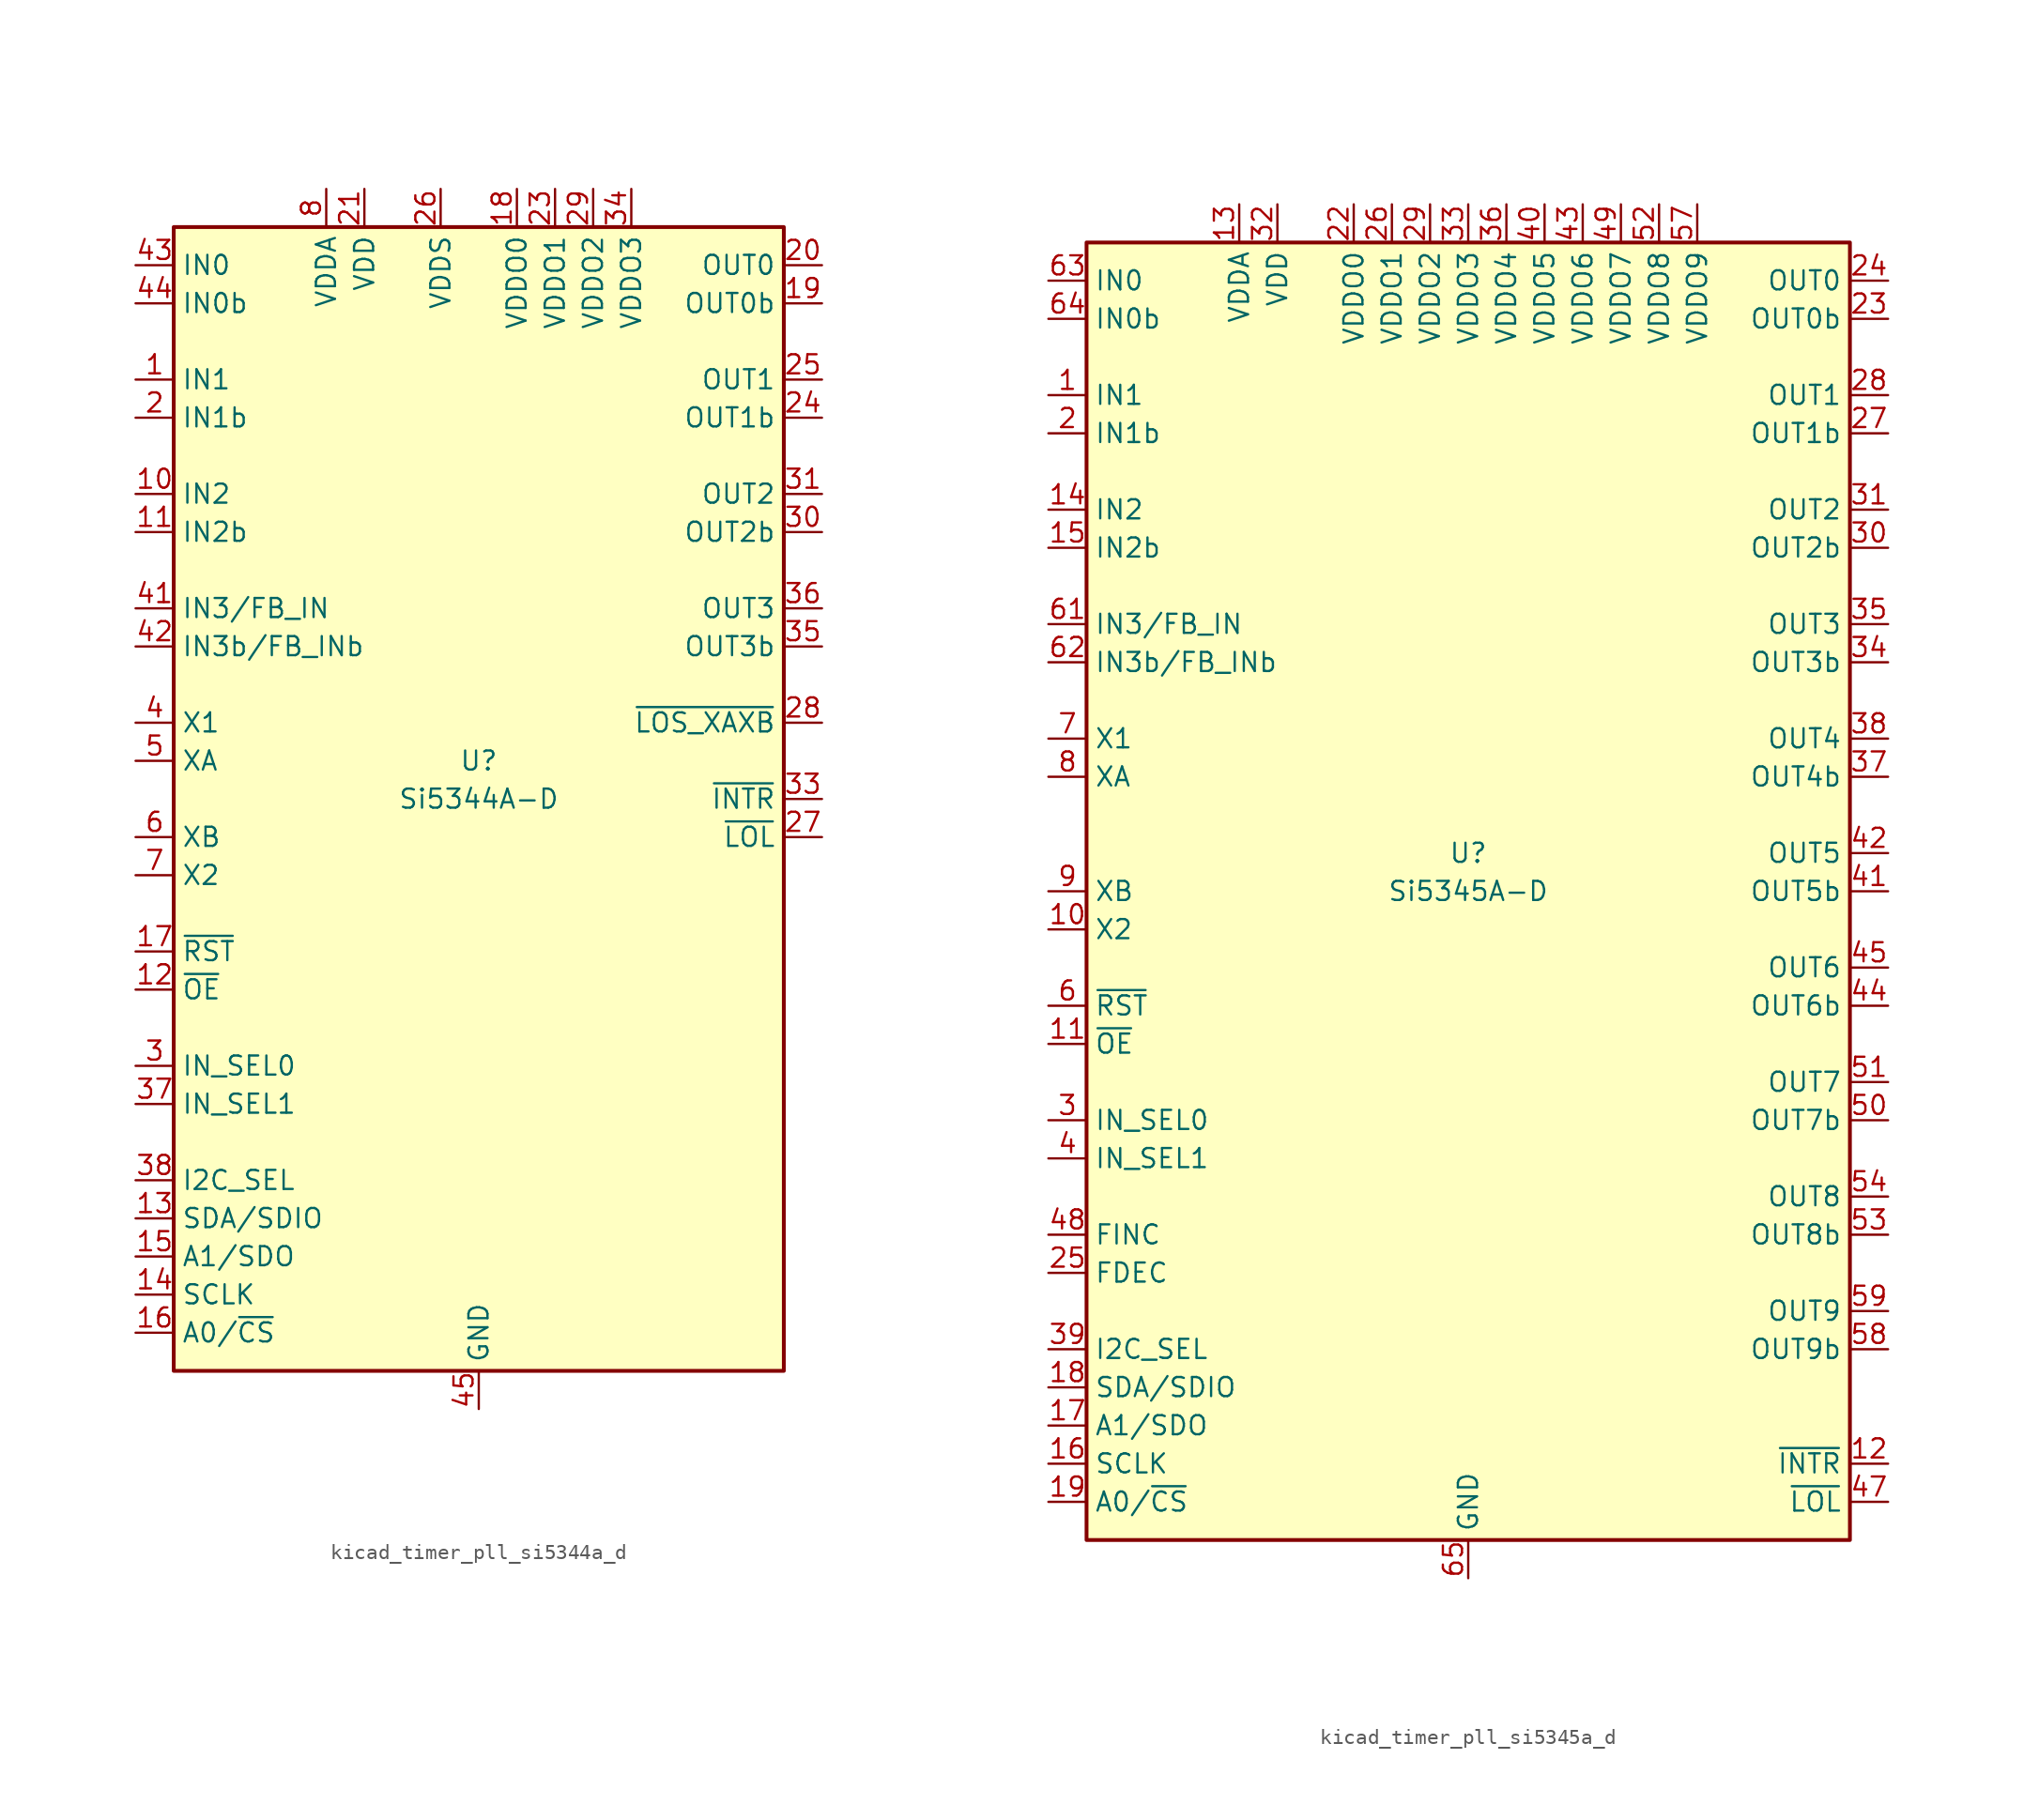
<source format=kicad_sym>
(kicad_symbol_lib
  (version 20220914)
  (generator kicad_symbol_editor)
  (symbol "kicad_timer_pll_si5344a_d"
    (property "Reference" "U"
      (at 0 2.54 0)
      (effects (font (size 1.27 1.27))))
    (property "Value" "Si5344A-D"
      (at 0 0 0)
      (effects (font (size 1.27 1.27))))
    (symbol "kicad_timer_pll_si5344a_d_0_1"
      (rectangle (start -20.32 38.1) (end 20.32 -38.1) (stroke (width 0.254) (type default)) (fill (type background))))
    (symbol "kicad_timer_pll_si5344a_d_1_1"
      (pin input line (at -22.86 27.94 0) (length 2.54) (name "IN1" (effects (font (size 1.27 1.27)))) (number "1" (effects (font (size 1.27 1.27)))))
      (pin input line (at -22.86 20.32 0) (length 2.54) (name "IN2" (effects (font (size 1.27 1.27)))) (number "10" (effects (font (size 1.27 1.27)))))
      (pin input line (at -22.86 17.78 0) (length 2.54) (name "IN2b" (effects (font (size 1.27 1.27)))) (number "11" (effects (font (size 1.27 1.27)))))
      (pin input line (at -22.86 -12.7 0) (length 2.54) (name "~{OE}" (effects (font (size 1.27 1.27)))) (number "12" (effects (font (size 1.27 1.27)))))
      (pin bidirectional line (at -22.86 -27.94 0) (length 2.54) (name "SDA/SDIO" (effects (font (size 1.27 1.27)))) (number "13" (effects (font (size 1.27 1.27)))))
      (pin input line (at -22.86 -33.02 0) (length 2.54) (name "SCLK" (effects (font (size 1.27 1.27)))) (number "14" (effects (font (size 1.27 1.27)))))
      (pin bidirectional line (at -22.86 -30.48 0) (length 2.54) (name "A1/SDO" (effects (font (size 1.27 1.27)))) (number "15" (effects (font (size 1.27 1.27)))))
      (pin input line (at -22.86 -35.56 0) (length 2.54) (name "A0/~{CS}" (effects (font (size 1.27 1.27)))) (number "16" (effects (font (size 1.27 1.27)))))
      (pin input line (at -22.86 -10.16 0) (length 2.54) (name "~{RST}" (effects (font (size 1.27 1.27)))) (number "17" (effects (font (size 1.27 1.27)))))
      (pin power_in line (at 2.54 40.64 270) (length 2.54) (name "VDDO0" (effects (font (size 1.27 1.27)))) (number "18" (effects (font (size 1.27 1.27)))))
      (pin output line (at 22.86 33.02 180) (length 2.54) (name "OUT0b" (effects (font (size 1.27 1.27)))) (number "19" (effects (font (size 1.27 1.27)))))
      (pin input line (at -22.86 25.4 0) (length 2.54) (name "IN1b" (effects (font (size 1.27 1.27)))) (number "2" (effects (font (size 1.27 1.27)))))
      (pin output line (at 22.86 35.56 180) (length 2.54) (name "OUT0" (effects (font (size 1.27 1.27)))) (number "20" (effects (font (size 1.27 1.27)))))
      (pin power_in line (at -7.62 40.64 270) (length 2.54) (name "VDD" (effects (font (size 1.27 1.27)))) (number "21" (effects (font (size 1.27 1.27)))))
      (pin no_connect line (at 20.32 -35.56 180) (length 2.54) hide (name "NC" (effects (font (size 1.27 1.27)))) (number "22" (effects (font (size 1.27 1.27)))))
      (pin power_in line (at 5.08 40.64 270) (length 2.54) (name "VDDO1" (effects (font (size 1.27 1.27)))) (number "23" (effects (font (size 1.27 1.27)))))
      (pin output line (at 22.86 25.4 180) (length 2.54) (name "OUT1b" (effects (font (size 1.27 1.27)))) (number "24" (effects (font (size 1.27 1.27)))))
      (pin output line (at 22.86 27.94 180) (length 2.54) (name "OUT1" (effects (font (size 1.27 1.27)))) (number "25" (effects (font (size 1.27 1.27)))))
      (pin power_in line (at -2.54 40.64 270) (length 2.54) (name "VDDS" (effects (font (size 1.27 1.27)))) (number "26" (effects (font (size 1.27 1.27)))))
      (pin output line (at 22.86 -2.54 180) (length 2.54) (name "~{LOL}" (effects (font (size 1.27 1.27)))) (number "27" (effects (font (size 1.27 1.27)))))
      (pin output line (at 22.86 5.08 180) (length 2.54) (name "~{LOS_XAXB}" (effects (font (size 1.27 1.27)))) (number "28" (effects (font (size 1.27 1.27)))))
      (pin power_in line (at 7.62 40.64 270) (length 2.54) (name "VDDO2" (effects (font (size 1.27 1.27)))) (number "29" (effects (font (size 1.27 1.27)))))
      (pin input line (at -22.86 -17.78 0) (length 2.54) (name "IN_SEL0" (effects (font (size 1.27 1.27)))) (number "3" (effects (font (size 1.27 1.27)))))
      (pin output line (at 22.86 17.78 180) (length 2.54) (name "OUT2b" (effects (font (size 1.27 1.27)))) (number "30" (effects (font (size 1.27 1.27)))))
      (pin output line (at 22.86 20.32 180) (length 2.54) (name "OUT2" (effects (font (size 1.27 1.27)))) (number "31" (effects (font (size 1.27 1.27)))))
      (pin passive line (at -7.62 40.64 270) (length 2.54) hide (name "VDD" (effects (font (size 1.27 1.27)))) (number "32" (effects (font (size 1.27 1.27)))))
      (pin output line (at 22.86 0 180) (length 2.54) (name "~{INTR}" (effects (font (size 1.27 1.27)))) (number "33" (effects (font (size 1.27 1.27)))))
      (pin power_in line (at 10.16 40.64 270) (length 2.54) (name "VDDO3" (effects (font (size 1.27 1.27)))) (number "34" (effects (font (size 1.27 1.27)))))
      (pin output line (at 22.86 10.16 180) (length 2.54) (name "OUT3b" (effects (font (size 1.27 1.27)))) (number "35" (effects (font (size 1.27 1.27)))))
      (pin output line (at 22.86 12.7 180) (length 2.54) (name "OUT3" (effects (font (size 1.27 1.27)))) (number "36" (effects (font (size 1.27 1.27)))))
      (pin input line (at -22.86 -20.32 0) (length 2.54) (name "IN_SEL1" (effects (font (size 1.27 1.27)))) (number "37" (effects (font (size 1.27 1.27)))))
      (pin input line (at -22.86 -25.4 0) (length 2.54) (name "I2C_SEL" (effects (font (size 1.27 1.27)))) (number "38" (effects (font (size 1.27 1.27)))))
      (pin passive line (at -7.62 40.64 270) (length 2.54) hide (name "VDD" (effects (font (size 1.27 1.27)))) (number "39" (effects (font (size 1.27 1.27)))))
      (pin input line (at -22.86 5.08 0) (length 2.54) (name "X1" (effects (font (size 1.27 1.27)))) (number "4" (effects (font (size 1.27 1.27)))))
      (pin passive line (at -7.62 40.64 270) (length 2.54) hide (name "VDD" (effects (font (size 1.27 1.27)))) (number "40" (effects (font (size 1.27 1.27)))))
      (pin input line (at -22.86 12.7 0) (length 2.54) (name "IN3/FB_IN" (effects (font (size 1.27 1.27)))) (number "41" (effects (font (size 1.27 1.27)))))
      (pin input line (at -22.86 10.16 0) (length 2.54) (name "IN3b/FB_INb" (effects (font (size 1.27 1.27)))) (number "42" (effects (font (size 1.27 1.27)))))
      (pin input line (at -22.86 35.56 0) (length 2.54) (name "IN0" (effects (font (size 1.27 1.27)))) (number "43" (effects (font (size 1.27 1.27)))))
      (pin input line (at -22.86 33.02 0) (length 2.54) (name "IN0b" (effects (font (size 1.27 1.27)))) (number "44" (effects (font (size 1.27 1.27)))))
      (pin power_in line (at 0 -40.64 90) (length 2.54) (name "GND" (effects (font (size 1.27 1.27)))) (number "45" (effects (font (size 1.27 1.27)))))
      (pin input line (at -22.86 2.54 0) (length 2.54) (name "XA" (effects (font (size 1.27 1.27)))) (number "5" (effects (font (size 1.27 1.27)))))
      (pin input line (at -22.86 -2.54 0) (length 2.54) (name "XB" (effects (font (size 1.27 1.27)))) (number "6" (effects (font (size 1.27 1.27)))))
      (pin input line (at -22.86 -5.08 0) (length 2.54) (name "X2" (effects (font (size 1.27 1.27)))) (number "7" (effects (font (size 1.27 1.27)))))
      (pin power_in line (at -10.16 40.64 270) (length 2.54) (name "VDDA" (effects (font (size 1.27 1.27)))) (number "8" (effects (font (size 1.27 1.27)))))
      (pin passive line (at -10.16 40.64 270) (length 2.54) hide (name "VDDA" (effects (font (size 1.27 1.27)))) (number "9" (effects (font (size 1.27 1.27)))))))
  (symbol "kicad_timer_pll_si5345a_d"
    (property "Reference" "U"
      (at 0 2.54 0)
      (effects (font (size 1.27 1.27))))
    (property "Value" "Si5345A-D"
      (at 0 0 0)
      (effects (font (size 1.27 1.27))))
    (symbol "kicad_timer_pll_si5345a_d_0_1"
      (rectangle (start -25.4 43.18) (end 25.4 -43.18) (stroke (width 0.254) (type default)) (fill (type background))))
    (symbol "kicad_timer_pll_si5345a_d_1_1"
      (pin input line (at -27.94 33.02 0) (length 2.54) (name "IN1" (effects (font (size 1.27 1.27)))) (number "1" (effects (font (size 1.27 1.27)))))
      (pin input line (at -27.94 -2.54 0) (length 2.54) (name "X2" (effects (font (size 1.27 1.27)))) (number "10" (effects (font (size 1.27 1.27)))))
      (pin input line (at -27.94 -10.16 0) (length 2.54) (name "~{OE}" (effects (font (size 1.27 1.27)))) (number "11" (effects (font (size 1.27 1.27)))))
      (pin output line (at 27.94 -38.1 180) (length 2.54) (name "~{INTR}" (effects (font (size 1.27 1.27)))) (number "12" (effects (font (size 1.27 1.27)))))
      (pin power_in line (at -15.24 45.72 270) (length 2.54) (name "VDDA" (effects (font (size 1.27 1.27)))) (number "13" (effects (font (size 1.27 1.27)))))
      (pin input line (at -27.94 25.4 0) (length 2.54) (name "IN2" (effects (font (size 1.27 1.27)))) (number "14" (effects (font (size 1.27 1.27)))))
      (pin input line (at -27.94 22.86 0) (length 2.54) (name "IN2b" (effects (font (size 1.27 1.27)))) (number "15" (effects (font (size 1.27 1.27)))))
      (pin input line (at -27.94 -38.1 0) (length 2.54) (name "SCLK" (effects (font (size 1.27 1.27)))) (number "16" (effects (font (size 1.27 1.27)))))
      (pin bidirectional line (at -27.94 -35.56 0) (length 2.54) (name "A1/SDO" (effects (font (size 1.27 1.27)))) (number "17" (effects (font (size 1.27 1.27)))))
      (pin bidirectional line (at -27.94 -33.02 0) (length 2.54) (name "SDA/SDIO" (effects (font (size 1.27 1.27)))) (number "18" (effects (font (size 1.27 1.27)))))
      (pin input line (at -27.94 -40.64 0) (length 2.54) (name "A0/~{CS}" (effects (font (size 1.27 1.27)))) (number "19" (effects (font (size 1.27 1.27)))))
      (pin input line (at -27.94 30.48 0) (length 2.54) (name "IN1b" (effects (font (size 1.27 1.27)))) (number "2" (effects (font (size 1.27 1.27)))))
      (pin no_connect line (at 25.4 27.94 180) (length 2.54) hide (name "NC" (effects (font (size 1.27 1.27)))) (number "20" (effects (font (size 1.27 1.27)))))
      (pin no_connect line (at 25.4 20.32 180) (length 2.54) hide (name "NC" (effects (font (size 1.27 1.27)))) (number "21" (effects (font (size 1.27 1.27)))))
      (pin power_in line (at -7.62 45.72 270) (length 2.54) (name "VDDO0" (effects (font (size 1.27 1.27)))) (number "22" (effects (font (size 1.27 1.27)))))
      (pin output line (at 27.94 38.1 180) (length 2.54) (name "OUT0b" (effects (font (size 1.27 1.27)))) (number "23" (effects (font (size 1.27 1.27)))))
      (pin output line (at 27.94 40.64 180) (length 2.54) (name "OUT0" (effects (font (size 1.27 1.27)))) (number "24" (effects (font (size 1.27 1.27)))))
      (pin input line (at -27.94 -25.4 0) (length 2.54) (name "FDEC" (effects (font (size 1.27 1.27)))) (number "25" (effects (font (size 1.27 1.27)))))
      (pin power_in line (at -5.08 45.72 270) (length 2.54) (name "VDDO1" (effects (font (size 1.27 1.27)))) (number "26" (effects (font (size 1.27 1.27)))))
      (pin output line (at 27.94 30.48 180) (length 2.54) (name "OUT1b" (effects (font (size 1.27 1.27)))) (number "27" (effects (font (size 1.27 1.27)))))
      (pin output line (at 27.94 33.02 180) (length 2.54) (name "OUT1" (effects (font (size 1.27 1.27)))) (number "28" (effects (font (size 1.27 1.27)))))
      (pin power_in line (at -2.54 45.72 270) (length 2.54) (name "VDDO2" (effects (font (size 1.27 1.27)))) (number "29" (effects (font (size 1.27 1.27)))))
      (pin input line (at -27.94 -15.24 0) (length 2.54) (name "IN_SEL0" (effects (font (size 1.27 1.27)))) (number "3" (effects (font (size 1.27 1.27)))))
      (pin output line (at 27.94 22.86 180) (length 2.54) (name "OUT2b" (effects (font (size 1.27 1.27)))) (number "30" (effects (font (size 1.27 1.27)))))
      (pin output line (at 27.94 25.4 180) (length 2.54) (name "OUT2" (effects (font (size 1.27 1.27)))) (number "31" (effects (font (size 1.27 1.27)))))
      (pin power_in line (at -12.7 45.72 270) (length 2.54) (name "VDD" (effects (font (size 1.27 1.27)))) (number "32" (effects (font (size 1.27 1.27)))))
      (pin power_in line (at 0 45.72 270) (length 2.54) (name "VDDO3" (effects (font (size 1.27 1.27)))) (number "33" (effects (font (size 1.27 1.27)))))
      (pin output line (at 27.94 15.24 180) (length 2.54) (name "OUT3b" (effects (font (size 1.27 1.27)))) (number "34" (effects (font (size 1.27 1.27)))))
      (pin output line (at 27.94 17.78 180) (length 2.54) (name "OUT3" (effects (font (size 1.27 1.27)))) (number "35" (effects (font (size 1.27 1.27)))))
      (pin power_in line (at 2.54 45.72 270) (length 2.54) (name "VDDO4" (effects (font (size 1.27 1.27)))) (number "36" (effects (font (size 1.27 1.27)))))
      (pin output line (at 27.94 7.62 180) (length 2.54) (name "OUT4b" (effects (font (size 1.27 1.27)))) (number "37" (effects (font (size 1.27 1.27)))))
      (pin output line (at 27.94 10.16 180) (length 2.54) (name "OUT4" (effects (font (size 1.27 1.27)))) (number "38" (effects (font (size 1.27 1.27)))))
      (pin input line (at -27.94 -30.48 0) (length 2.54) (name "I2C_SEL" (effects (font (size 1.27 1.27)))) (number "39" (effects (font (size 1.27 1.27)))))
      (pin input line (at -27.94 -17.78 0) (length 2.54) (name "IN_SEL1" (effects (font (size 1.27 1.27)))) (number "4" (effects (font (size 1.27 1.27)))))
      (pin power_in line (at 5.08 45.72 270) (length 2.54) (name "VDDO5" (effects (font (size 1.27 1.27)))) (number "40" (effects (font (size 1.27 1.27)))))
      (pin output line (at 27.94 0 180) (length 2.54) (name "OUT5b" (effects (font (size 1.27 1.27)))) (number "41" (effects (font (size 1.27 1.27)))))
      (pin output line (at 27.94 2.54 180) (length 2.54) (name "OUT5" (effects (font (size 1.27 1.27)))) (number "42" (effects (font (size 1.27 1.27)))))
      (pin power_in line (at 7.62 45.72 270) (length 2.54) (name "VDDO6" (effects (font (size 1.27 1.27)))) (number "43" (effects (font (size 1.27 1.27)))))
      (pin output line (at 27.94 -7.62 180) (length 2.54) (name "OUT6b" (effects (font (size 1.27 1.27)))) (number "44" (effects (font (size 1.27 1.27)))))
      (pin output line (at 27.94 -5.08 180) (length 2.54) (name "OUT6" (effects (font (size 1.27 1.27)))) (number "45" (effects (font (size 1.27 1.27)))))
      (pin passive line (at -12.7 45.72 270) (length 2.54) hide (name "VDD" (effects (font (size 1.27 1.27)))) (number "46" (effects (font (size 1.27 1.27)))))
      (pin output line (at 27.94 -40.64 180) (length 2.54) (name "~{LOL}" (effects (font (size 1.27 1.27)))) (number "47" (effects (font (size 1.27 1.27)))))
      (pin input line (at -27.94 -22.86 0) (length 2.54) (name "FINC" (effects (font (size 1.27 1.27)))) (number "48" (effects (font (size 1.27 1.27)))))
      (pin power_in line (at 10.16 45.72 270) (length 2.54) (name "VDDO7" (effects (font (size 1.27 1.27)))) (number "49" (effects (font (size 1.27 1.27)))))
      (pin no_connect line (at 25.4 35.56 180) (length 2.54) hide (name "NC" (effects (font (size 1.27 1.27)))) (number "5" (effects (font (size 1.27 1.27)))))
      (pin output line (at 27.94 -15.24 180) (length 2.54) (name "OUT7b" (effects (font (size 1.27 1.27)))) (number "50" (effects (font (size 1.27 1.27)))))
      (pin output line (at 27.94 -12.7 180) (length 2.54) (name "OUT7" (effects (font (size 1.27 1.27)))) (number "51" (effects (font (size 1.27 1.27)))))
      (pin power_in line (at 12.7 45.72 270) (length 2.54) (name "VDDO8" (effects (font (size 1.27 1.27)))) (number "52" (effects (font (size 1.27 1.27)))))
      (pin output line (at 27.94 -22.86 180) (length 2.54) (name "OUT8b" (effects (font (size 1.27 1.27)))) (number "53" (effects (font (size 1.27 1.27)))))
      (pin output line (at 27.94 -20.32 180) (length 2.54) (name "OUT8" (effects (font (size 1.27 1.27)))) (number "54" (effects (font (size 1.27 1.27)))))
      (pin no_connect line (at 25.4 12.7 180) (length 2.54) hide (name "NC" (effects (font (size 1.27 1.27)))) (number "55" (effects (font (size 1.27 1.27)))))
      (pin no_connect line (at 25.4 5.08 180) (length 2.54) hide (name "NC" (effects (font (size 1.27 1.27)))) (number "56" (effects (font (size 1.27 1.27)))))
      (pin power_in line (at 15.24 45.72 270) (length 2.54) (name "VDDO9" (effects (font (size 1.27 1.27)))) (number "57" (effects (font (size 1.27 1.27)))))
      (pin output line (at 27.94 -30.48 180) (length 2.54) (name "OUT9b" (effects (font (size 1.27 1.27)))) (number "58" (effects (font (size 1.27 1.27)))))
      (pin output line (at 27.94 -27.94 180) (length 2.54) (name "OUT9" (effects (font (size 1.27 1.27)))) (number "59" (effects (font (size 1.27 1.27)))))
      (pin input line (at -27.94 -7.62 0) (length 2.54) (name "~{RST}" (effects (font (size 1.27 1.27)))) (number "6" (effects (font (size 1.27 1.27)))))
      (pin passive line (at -12.7 45.72 270) (length 2.54) hide (name "VDD" (effects (font (size 1.27 1.27)))) (number "60" (effects (font (size 1.27 1.27)))))
      (pin input line (at -27.94 17.78 0) (length 2.54) (name "IN3/FB_IN" (effects (font (size 1.27 1.27)))) (number "61" (effects (font (size 1.27 1.27)))))
      (pin input line (at -27.94 15.24 0) (length 2.54) (name "IN3b/FB_INb" (effects (font (size 1.27 1.27)))) (number "62" (effects (font (size 1.27 1.27)))))
      (pin input line (at -27.94 40.64 0) (length 2.54) (name "IN0" (effects (font (size 1.27 1.27)))) (number "63" (effects (font (size 1.27 1.27)))))
      (pin input line (at -27.94 38.1 0) (length 2.54) (name "IN0b" (effects (font (size 1.27 1.27)))) (number "64" (effects (font (size 1.27 1.27)))))
      (pin power_in line (at 0 -45.72 90) (length 2.54) (name "GND" (effects (font (size 1.27 1.27)))) (number "65" (effects (font (size 1.27 1.27)))))
      (pin input line (at -27.94 10.16 0) (length 2.54) (name "X1" (effects (font (size 1.27 1.27)))) (number "7" (effects (font (size 1.27 1.27)))))
      (pin input line (at -27.94 7.62 0) (length 2.54) (name "XA" (effects (font (size 1.27 1.27)))) (number "8" (effects (font (size 1.27 1.27)))))
      (pin input line (at -27.94 0 0) (length 2.54) (name "XB" (effects (font (size 1.27 1.27)))) (number "9" (effects (font (size 1.27 1.27))))))))
</source>
